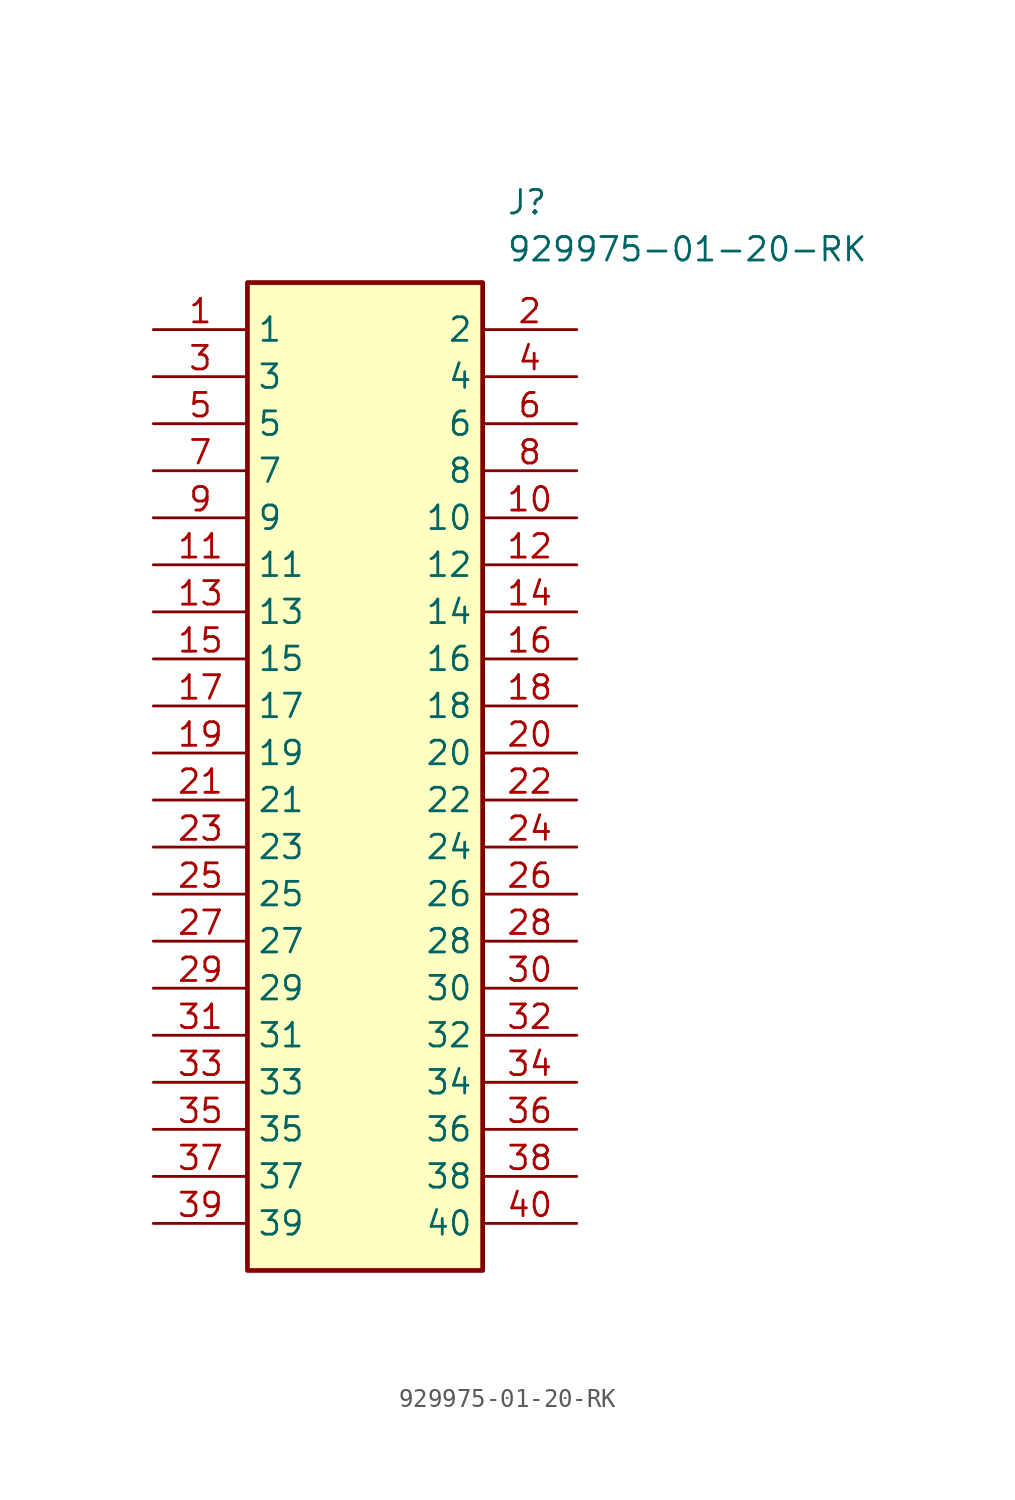
<source format=kicad_sym>
(kicad_symbol_lib
  (version 20211014)
  (generator SamacSys_ECAD_Model)
  (symbol "929975-01-20-RK"
    (property "Reference" "J"
      (at 19.05 7.62 0)
      (effects (font (size 1.27 1.27)) (justify left top)))
    (property "Value" "929975-01-20-RK"
      (at 19.05 5.08 0)
      (effects (font (size 1.27 1.27)) (justify left top)))
    (rectangle
      (start 5.08 2.54)
      (end 17.78 -50.8)
      (stroke (width 0.254) (type default))
      (fill (type background)))
    (pin passive line
      (at 0 0 0)
      (length 5.08)
      (name "1" (effects (font (size 1.27 1.27))))
      (number "1" (effects (font (size 1.27 1.27)))))
    (pin passive line
      (at 0 -2.54 0)
      (length 5.08)
      (name "3" (effects (font (size 1.27 1.27))))
      (number "3" (effects (font (size 1.27 1.27)))))
    (pin passive line
      (at 0 -5.08 0)
      (length 5.08)
      (name "5" (effects (font (size 1.27 1.27))))
      (number "5" (effects (font (size 1.27 1.27)))))
    (pin passive line
      (at 0 -7.62 0)
      (length 5.08)
      (name "7" (effects (font (size 1.27 1.27))))
      (number "7" (effects (font (size 1.27 1.27)))))
    (pin passive line
      (at 0 -10.16 0)
      (length 5.08)
      (name "9" (effects (font (size 1.27 1.27))))
      (number "9" (effects (font (size 1.27 1.27)))))
    (pin passive line
      (at 0 -12.7 0)
      (length 5.08)
      (name "11" (effects (font (size 1.27 1.27))))
      (number "11" (effects (font (size 1.27 1.27)))))
    (pin passive line
      (at 0 -15.24 0)
      (length 5.08)
      (name "13" (effects (font (size 1.27 1.27))))
      (number "13" (effects (font (size 1.27 1.27)))))
    (pin passive line
      (at 0 -17.78 0)
      (length 5.08)
      (name "15" (effects (font (size 1.27 1.27))))
      (number "15" (effects (font (size 1.27 1.27)))))
    (pin passive line
      (at 0 -20.32 0)
      (length 5.08)
      (name "17" (effects (font (size 1.27 1.27))))
      (number "17" (effects (font (size 1.27 1.27)))))
    (pin passive line
      (at 0 -22.86 0)
      (length 5.08)
      (name "19" (effects (font (size 1.27 1.27))))
      (number "19" (effects (font (size 1.27 1.27)))))
    (pin passive line
      (at 0 -25.4 0)
      (length 5.08)
      (name "21" (effects (font (size 1.27 1.27))))
      (number "21" (effects (font (size 1.27 1.27)))))
    (pin passive line
      (at 0 -27.94 0)
      (length 5.08)
      (name "23" (effects (font (size 1.27 1.27))))
      (number "23" (effects (font (size 1.27 1.27)))))
    (pin passive line
      (at 0 -30.48 0)
      (length 5.08)
      (name "25" (effects (font (size 1.27 1.27))))
      (number "25" (effects (font (size 1.27 1.27)))))
    (pin passive line
      (at 0 -33.02 0)
      (length 5.08)
      (name "27" (effects (font (size 1.27 1.27))))
      (number "27" (effects (font (size 1.27 1.27)))))
    (pin passive line
      (at 0 -35.56 0)
      (length 5.08)
      (name "29" (effects (font (size 1.27 1.27))))
      (number "29" (effects (font (size 1.27 1.27)))))
    (pin passive line
      (at 0 -38.1 0)
      (length 5.08)
      (name "31" (effects (font (size 1.27 1.27))))
      (number "31" (effects (font (size 1.27 1.27)))))
    (pin passive line
      (at 0 -40.64 0)
      (length 5.08)
      (name "33" (effects (font (size 1.27 1.27))))
      (number "33" (effects (font (size 1.27 1.27)))))
    (pin passive line
      (at 0 -43.18 0)
      (length 5.08)
      (name "35" (effects (font (size 1.27 1.27))))
      (number "35" (effects (font (size 1.27 1.27)))))
    (pin passive line
      (at 0 -45.72 0)
      (length 5.08)
      (name "37" (effects (font (size 1.27 1.27))))
      (number "37" (effects (font (size 1.27 1.27)))))
    (pin passive line
      (at 0 -48.26 0)
      (length 5.08)
      (name "39" (effects (font (size 1.27 1.27))))
      (number "39" (effects (font (size 1.27 1.27)))))
    (pin passive line
      (at 22.86 0 180)
      (length 5.08)
      (name "2" (effects (font (size 1.27 1.27))))
      (number "2" (effects (font (size 1.27 1.27)))))
    (pin passive line
      (at 22.86 -2.54 180)
      (length 5.08)
      (name "4" (effects (font (size 1.27 1.27))))
      (number "4" (effects (font (size 1.27 1.27)))))
    (pin passive line
      (at 22.86 -5.08 180)
      (length 5.08)
      (name "6" (effects (font (size 1.27 1.27))))
      (number "6" (effects (font (size 1.27 1.27)))))
    (pin passive line
      (at 22.86 -7.62 180)
      (length 5.08)
      (name "8" (effects (font (size 1.27 1.27))))
      (number "8" (effects (font (size 1.27 1.27)))))
    (pin passive line
      (at 22.86 -10.16 180)
      (length 5.08)
      (name "10" (effects (font (size 1.27 1.27))))
      (number "10" (effects (font (size 1.27 1.27)))))
    (pin passive line
      (at 22.86 -12.7 180)
      (length 5.08)
      (name "12" (effects (font (size 1.27 1.27))))
      (number "12" (effects (font (size 1.27 1.27)))))
    (pin passive line
      (at 22.86 -15.24 180)
      (length 5.08)
      (name "14" (effects (font (size 1.27 1.27))))
      (number "14" (effects (font (size 1.27 1.27)))))
    (pin passive line
      (at 22.86 -17.78 180)
      (length 5.08)
      (name "16" (effects (font (size 1.27 1.27))))
      (number "16" (effects (font (size 1.27 1.27)))))
    (pin passive line
      (at 22.86 -20.32 180)
      (length 5.08)
      (name "18" (effects (font (size 1.27 1.27))))
      (number "18" (effects (font (size 1.27 1.27)))))
    (pin passive line
      (at 22.86 -22.86 180)
      (length 5.08)
      (name "20" (effects (font (size 1.27 1.27))))
      (number "20" (effects (font (size 1.27 1.27)))))
    (pin passive line
      (at 22.86 -25.4 180)
      (length 5.08)
      (name "22" (effects (font (size 1.27 1.27))))
      (number "22" (effects (font (size 1.27 1.27)))))
    (pin passive line
      (at 22.86 -27.94 180)
      (length 5.08)
      (name "24" (effects (font (size 1.27 1.27))))
      (number "24" (effects (font (size 1.27 1.27)))))
    (pin passive line
      (at 22.86 -30.48 180)
      (length 5.08)
      (name "26" (effects (font (size 1.27 1.27))))
      (number "26" (effects (font (size 1.27 1.27)))))
    (pin passive line
      (at 22.86 -33.02 180)
      (length 5.08)
      (name "28" (effects (font (size 1.27 1.27))))
      (number "28" (effects (font (size 1.27 1.27)))))
    (pin passive line
      (at 22.86 -35.56 180)
      (length 5.08)
      (name "30" (effects (font (size 1.27 1.27))))
      (number "30" (effects (font (size 1.27 1.27)))))
    (pin passive line
      (at 22.86 -38.1 180)
      (length 5.08)
      (name "32" (effects (font (size 1.27 1.27))))
      (number "32" (effects (font (size 1.27 1.27)))))
    (pin passive line
      (at 22.86 -40.64 180)
      (length 5.08)
      (name "34" (effects (font (size 1.27 1.27))))
      (number "34" (effects (font (size 1.27 1.27)))))
    (pin passive line
      (at 22.86 -43.18 180)
      (length 5.08)
      (name "36" (effects (font (size 1.27 1.27))))
      (number "36" (effects (font (size 1.27 1.27)))))
    (pin passive line
      (at 22.86 -45.72 180)
      (length 5.08)
      (name "38" (effects (font (size 1.27 1.27))))
      (number "38" (effects (font (size 1.27 1.27)))))
    (pin passive line
      (at 22.86 -48.26 180)
      (length 5.08)
      (name "40" (effects (font (size 1.27 1.27))))
      (number "40" (effects (font (size 1.27 1.27)))))))
</source>
